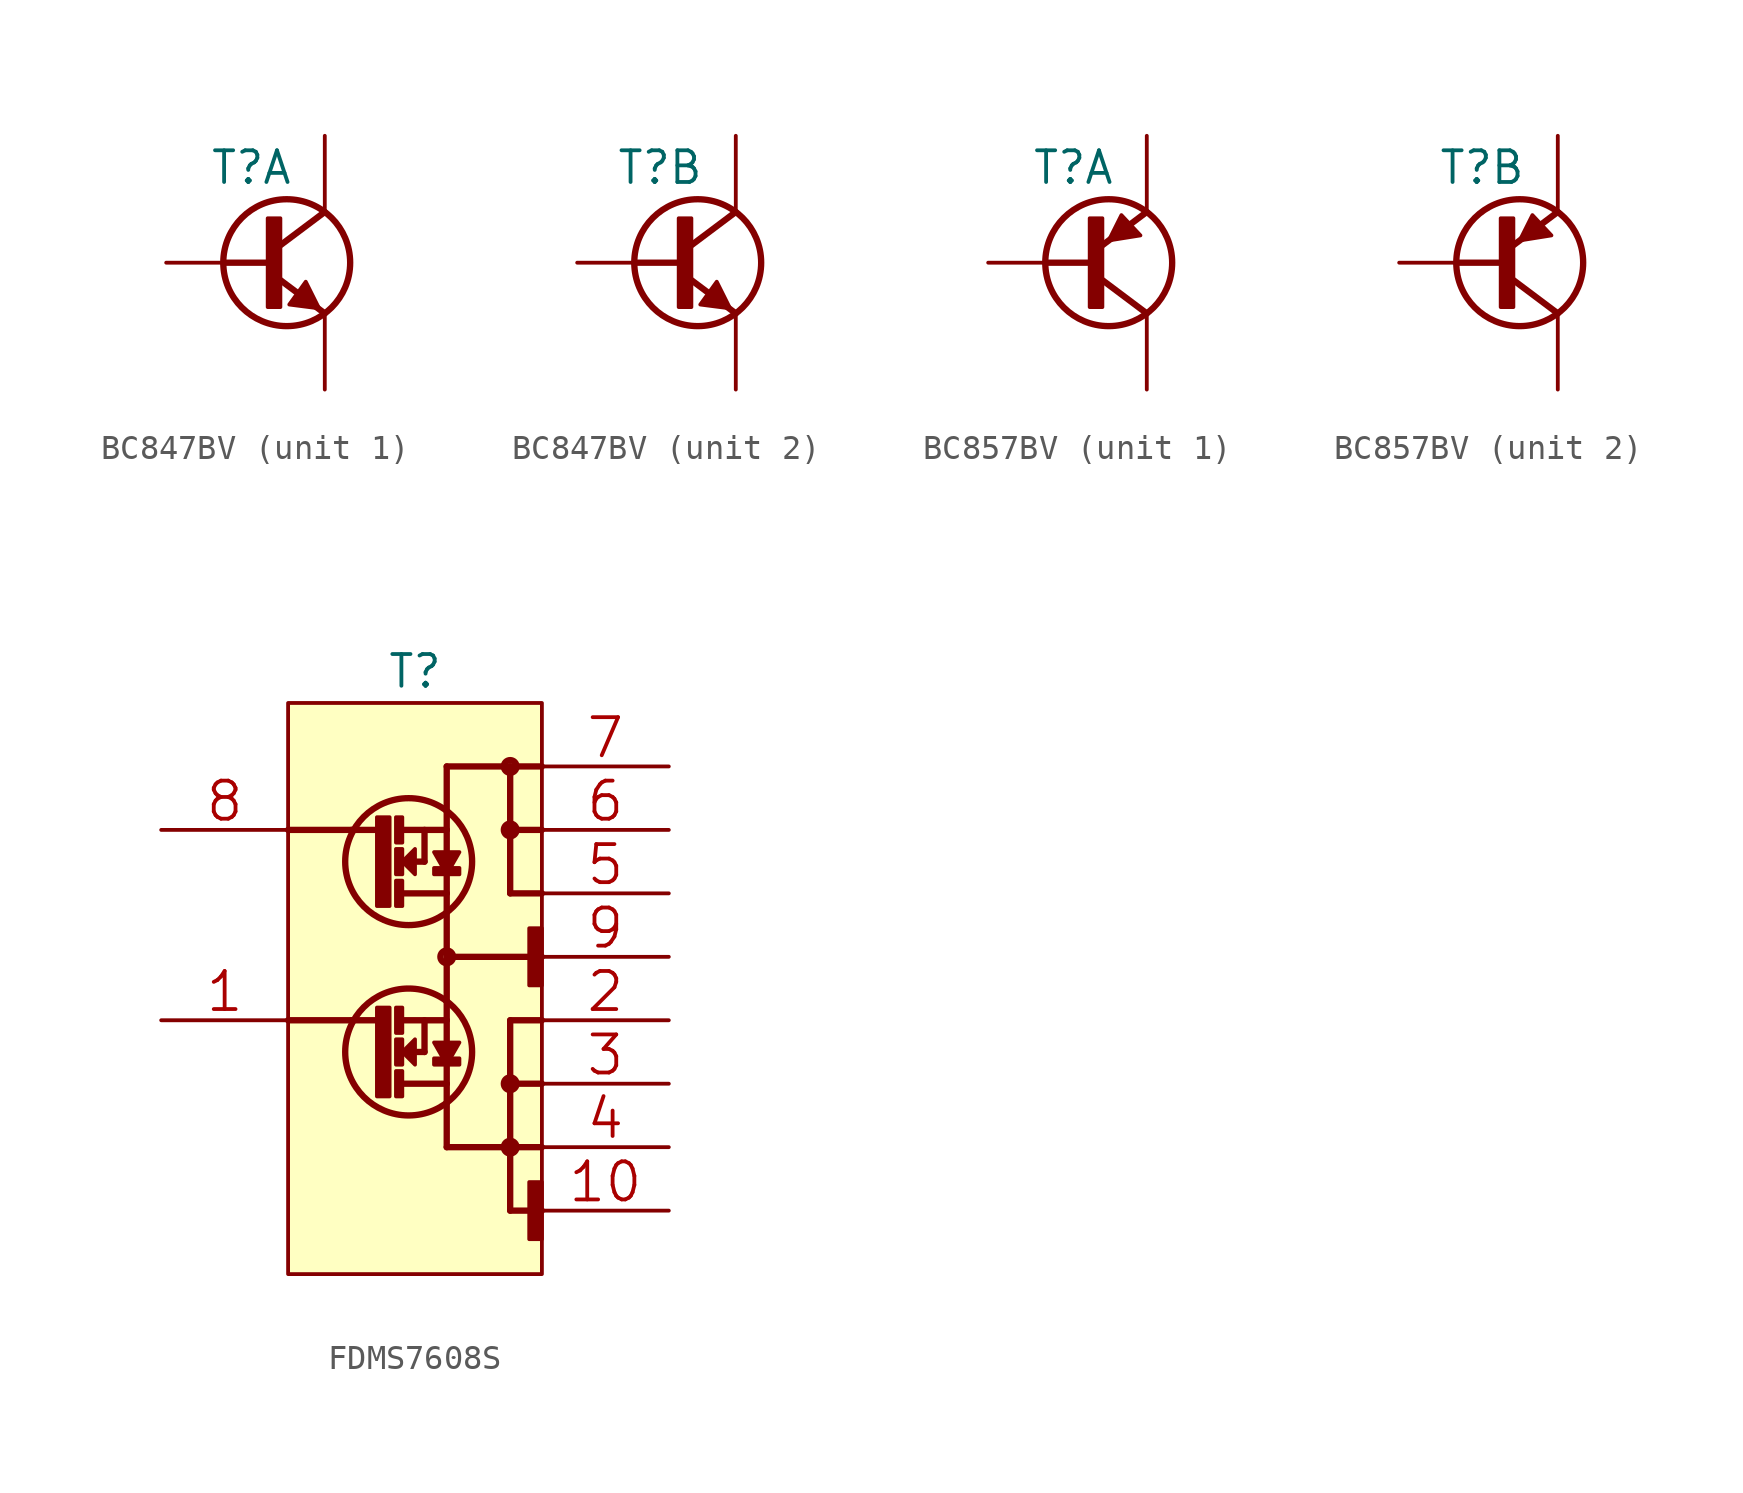
<source format=kicad_sym>
(kicad_symbol_lib
  (version 20211014)
  (generator kicad_symbol_editor)
  (symbol "BC847BV"
    (pin_names
      (offset 1.27))
    (property "Reference" "T"
      (at 5.08 3.81 0)
      (effects (font (size 1.27 1.27)) (justify right)))
    (property "ki_locked" ""
      (at 0 0 0)
      (effects (font (size 1.27 1.27))))
    (symbol "BC847BV_1_1"
      (polyline (pts (xy 2.286 0) (xy 4.318 0)) (stroke (width 0.254) (type default) (color 0 0 0 0)) (fill (type none)))
      (polyline (pts (xy 4.318 -0.508) (xy 6.35 -2.032)) (stroke (width 0.254) (type default) (color 0 0 0 0)) (fill (type none)))
      (polyline (pts (xy 4.318 0.508) (xy 6.35 2.032)) (stroke (width 0.254) (type default) (color 0 0 0 0)) (fill (type none)))
      (polyline (pts (xy 5.588 -0.762) (xy 4.928 -1.676) (xy 6.121 -1.829) (xy 5.588 -0.762)) (stroke (width 0) (type default) (color 0 0 0 0)) (fill (type outline)))
      (polyline (pts (xy 4.064 -1.778) (xy 4.572 -1.778) (xy 4.572 1.778) (xy 4.064 1.778) (xy 4.064 -1.778)) (stroke (width 0) (type default) (color 0 0 0 0)) (fill (type outline)))
      (circle (center 4.826 0) (radius 2.54) (stroke (width 0.254) (type default) (color 0 0 0 0)) (fill (type none)))
      (text "1" (at 6.858 -1.778 0) (effects (font (size 1.016 1.016)) (justify left top) hide))
      (text "2" (at 0.762 2.032 0) (effects (font (size 1.016 1.016)) (justify left top) hide))
      (text "6" (at 6.858 3.81 0) (effects (font (size 1.016 1.016)) (justify left top) hide))
      (pin passive line (at 6.35 -5.08 90) (length 3.048) (name "E" (effects (font (size 0 0)))) (number "1" (effects (font (size 0 0)))))
      (pin passive line (at 0 0 0) (length 2.286) (name "B" (effects (font (size 0 0)))) (number "2" (effects (font (size 0 0)))))
      (pin passive line (at 6.35 5.08 270) (length 3.048) (name "C" (effects (font (size 0 0)))) (number "6" (effects (font (size 0 0))))))
    (symbol "BC847BV_2_1"
      (polyline (pts (xy 2.286 0) (xy 4.318 0)) (stroke (width 0.254) (type default) (color 0 0 0 0)) (fill (type none)))
      (polyline (pts (xy 4.318 -0.508) (xy 6.35 -2.032)) (stroke (width 0.254) (type default) (color 0 0 0 0)) (fill (type none)))
      (polyline (pts (xy 4.318 0.508) (xy 6.35 2.032)) (stroke (width 0.254) (type default) (color 0 0 0 0)) (fill (type none)))
      (polyline (pts (xy 5.588 -0.762) (xy 4.928 -1.676) (xy 6.121 -1.829) (xy 5.588 -0.762)) (stroke (width 0) (type default) (color 0 0 0 0)) (fill (type outline)))
      (polyline (pts (xy 4.064 -1.778) (xy 4.572 -1.778) (xy 4.572 1.778) (xy 4.064 1.778) (xy 4.064 -1.778)) (stroke (width 0) (type default) (color 0 0 0 0)) (fill (type outline)))
      (circle (center 4.826 0) (radius 2.54) (stroke (width 0.254) (type default) (color 0 0 0 0)) (fill (type none)))
      (text "3" (at 6.858 3.81 0) (effects (font (size 1.016 1.016)) (justify left top) hide))
      (text "4" (at 6.858 -1.778 0) (effects (font (size 1.016 1.016)) (justify left top) hide))
      (text "5" (at 0.762 2.032 0) (effects (font (size 1.016 1.016)) (justify left top) hide))
      (pin passive line (at 6.35 5.08 270) (length 3.048) (name "C" (effects (font (size 0 0)))) (number "3" (effects (font (size 0 0)))))
      (pin passive line (at 6.35 -5.08 90) (length 3.048) (name "E" (effects (font (size 0 0)))) (number "4" (effects (font (size 0 0)))))
      (pin passive line (at 0 0 0) (length 2.286) (name "B" (effects (font (size 0 0)))) (number "5" (effects (font (size 0 0)))))))
  (symbol "BC857BV"
    (pin_names
      (offset 1.27))
    (property "Reference" "T"
      (at 5.08 3.81 0)
      (effects (font (size 1.27 1.27)) (justify right)))
    (property "ki_locked" ""
      (at 0 0 0)
      (effects (font (size 1.27 1.27))))
    (symbol "BC857BV_1_1"
      (polyline (pts (xy 2.286 0) (xy 4.318 0)) (stroke (width 0.254) (type default) (color 0 0 0 0)) (fill (type none)))
      (polyline (pts (xy 4.318 -0.508) (xy 6.35 -2.032)) (stroke (width 0.254) (type default) (color 0 0 0 0)) (fill (type none)))
      (polyline (pts (xy 4.318 0.508) (xy 6.35 2.032)) (stroke (width 0.254) (type default) (color 0 0 0 0)) (fill (type none)))
      (polyline (pts (xy 4.826 0.889) (xy 6.096 1.092) (xy 5.334 1.905) (xy 4.826 0.889)) (stroke (width 0) (type default) (color 0 0 0 0)) (fill (type outline)))
      (polyline (pts (xy 4.064 -1.778) (xy 4.572 -1.778) (xy 4.572 1.778) (xy 4.064 1.778) (xy 4.064 -1.778)) (stroke (width 0) (type default) (color 0 0 0 0)) (fill (type outline)))
      (circle (center 4.826 0) (radius 2.54) (stroke (width 0.254) (type default) (color 0 0 0 0)) (fill (type none)))
      (text "1" (at 6.858 3.81 0) (effects (font (size 1.016 1.016)) (justify left top) hide))
      (text "2" (at 0.762 2.032 0) (effects (font (size 1.016 1.016)) (justify left top) hide))
      (text "6" (at 6.858 -1.778 0) (effects (font (size 1.016 1.016)) (justify left top) hide))
      (pin passive line (at 6.35 5.08 270) (length 3.048) (name "E" (effects (font (size 0 0)))) (number "1" (effects (font (size 0 0)))))
      (pin passive line (at 0 0 0) (length 2.286) (name "B" (effects (font (size 0 0)))) (number "2" (effects (font (size 0 0)))))
      (pin passive line (at 6.35 -5.08 90) (length 3.048) (name "C" (effects (font (size 0 0)))) (number "6" (effects (font (size 0 0))))))
    (symbol "BC857BV_2_1"
      (polyline (pts (xy 2.286 0) (xy 4.318 0)) (stroke (width 0.254) (type default) (color 0 0 0 0)) (fill (type none)))
      (polyline (pts (xy 4.318 -0.508) (xy 6.35 -2.032)) (stroke (width 0.254) (type default) (color 0 0 0 0)) (fill (type none)))
      (polyline (pts (xy 4.318 0.508) (xy 6.35 2.032)) (stroke (width 0.254) (type default) (color 0 0 0 0)) (fill (type none)))
      (polyline (pts (xy 4.826 0.889) (xy 6.096 1.092) (xy 5.334 1.905) (xy 4.826 0.889)) (stroke (width 0) (type default) (color 0 0 0 0)) (fill (type outline)))
      (polyline (pts (xy 4.064 -1.778) (xy 4.572 -1.778) (xy 4.572 1.778) (xy 4.064 1.778) (xy 4.064 -1.778)) (stroke (width 0) (type default) (color 0 0 0 0)) (fill (type outline)))
      (circle (center 4.826 0) (radius 2.54) (stroke (width 0.254) (type default) (color 0 0 0 0)) (fill (type none)))
      (text "3" (at 6.858 -1.778 0) (effects (font (size 1.016 1.016)) (justify left top) hide))
      (text "4" (at 6.858 3.81 0) (effects (font (size 1.016 1.016)) (justify left top) hide))
      (text "5" (at 0.762 2.032 0) (effects (font (size 1.016 1.016)) (justify left top) hide))
      (pin passive line (at 6.35 -5.08 90) (length 3.048) (name "C" (effects (font (size 0 0)))) (number "3" (effects (font (size 0 0)))))
      (pin passive line (at 6.35 5.08 270) (length 3.048) (name "E" (effects (font (size 0 0)))) (number "4" (effects (font (size 0 0)))))
      (pin passive line (at 0 0 0) (length 2.286) (name "B" (effects (font (size 0 0)))) (number "5" (effects (font (size 0 0)))))))
  (symbol "FDMS7608S"
    (pin_names
      (offset 1.27))
    (property "Reference" "T"
      (at 5.08 1.27 0)
      (effects (font (size 1.27 1.27))))
    (property "ki_locked" ""
      (at 0 0 0)
      (effects (font (size 1.27 1.27))))
    (symbol "FDMS7608S_0_1"
      (rectangle (start 0 -22.86) (end 10.16 0) (stroke (width 0) (type default) (color 0 0 0 0)) (fill (type background)))
      (polyline (pts (xy 0 -12.7) (xy 2.54 -12.7)) (stroke (width 0.254) (type default) (color 0 0 0 0)) (fill (type none)))
      (polyline (pts (xy 0 -5.08) (xy 2.54 -5.08)) (stroke (width 0.254) (type default) (color 0 0 0 0)) (fill (type none)))
      (polyline (pts (xy 3.556 -12.7) (xy 2.54 -12.7)) (stroke (width 0.254) (type default) (color 0 0 0 0)) (fill (type none)))
      (polyline (pts (xy 3.556 -5.08) (xy 2.54 -5.08)) (stroke (width 0.254) (type default) (color 0 0 0 0)) (fill (type none)))
      (polyline (pts (xy 4.445 -13.97) (xy 5.461 -13.97)) (stroke (width 0.254) (type default) (color 0 0 0 0)) (fill (type none)))
      (polyline (pts (xy 4.445 -6.35) (xy 5.461 -6.35)) (stroke (width 0.254) (type default) (color 0 0 0 0)) (fill (type none)))
      (polyline (pts (xy 4.572 -15.24) (xy 6.35 -15.24)) (stroke (width 0.254) (type default) (color 0 0 0 0)) (fill (type none)))
      (polyline (pts (xy 4.572 -12.7) (xy 6.35 -12.7)) (stroke (width 0.254) (type default) (color 0 0 0 0)) (fill (type none)))
      (polyline (pts (xy 4.572 -7.62) (xy 6.35 -7.62)) (stroke (width 0.254) (type default) (color 0 0 0 0)) (fill (type none)))
      (polyline (pts (xy 4.572 -5.08) (xy 6.35 -5.08)) (stroke (width 0.254) (type default) (color 0 0 0 0)) (fill (type none)))
      (polyline (pts (xy 5.461 -13.97) (xy 5.461 -12.7)) (stroke (width 0.254) (type default) (color 0 0 0 0)) (fill (type none)))
      (polyline (pts (xy 5.461 -6.35) (xy 5.461 -5.08)) (stroke (width 0.254) (type default) (color 0 0 0 0)) (fill (type none)))
      (polyline (pts (xy 6.35 -17.78) (xy 6.35 -16.002)) (stroke (width 0.254) (type default) (color 0 0 0 0)) (fill (type none)))
      (polyline (pts (xy 6.35 -17.78) (xy 8.89 -17.78)) (stroke (width 0.254) (type default) (color 0 0 0 0)) (fill (type none)))
      (polyline (pts (xy 6.35 -16.002) (xy 6.35 -15.24)) (stroke (width 0.254) (type default) (color 0 0 0 0)) (fill (type none)))
      (polyline (pts (xy 6.35 -15.24) (xy 6.35 -12.7)) (stroke (width 0.254) (type default) (color 0 0 0 0)) (fill (type none)))
      (polyline (pts (xy 6.35 -12.7) (xy 6.35 -11.938)) (stroke (width 0.254) (type default) (color 0 0 0 0)) (fill (type none)))
      (polyline (pts (xy 6.35 -10.16) (xy 10.16 -10.16)) (stroke (width 0.254) (type default) (color 0 0 0 0)) (fill (type none)))
      (polyline (pts (xy 6.35 -8.382) (xy 6.35 -11.938)) (stroke (width 0.254) (type default) (color 0 0 0 0)) (fill (type none)))
      (polyline (pts (xy 6.35 -8.382) (xy 6.35 -7.62)) (stroke (width 0.254) (type default) (color 0 0 0 0)) (fill (type none)))
      (polyline (pts (xy 6.35 -7.62) (xy 6.35 -5.08)) (stroke (width 0.254) (type default) (color 0 0 0 0)) (fill (type none)))
      (polyline (pts (xy 6.35 -5.08) (xy 6.35 -4.318)) (stroke (width 0.254) (type default) (color 0 0 0 0)) (fill (type none)))
      (polyline (pts (xy 6.35 -2.54) (xy 6.35 -4.318)) (stroke (width 0.254) (type default) (color 0 0 0 0)) (fill (type none)))
      (polyline (pts (xy 6.35 -2.54) (xy 8.89 -2.54)) (stroke (width 0.254) (type default) (color 0 0 0 0)) (fill (type none)))
      (polyline (pts (xy 8.89 -20.32) (xy 8.89 -17.78)) (stroke (width 0.254) (type default) (color 0 0 0 0)) (fill (type none)))
      (polyline (pts (xy 8.89 -17.78) (xy 8.89 -15.24)) (stroke (width 0.254) (type default) (color 0 0 0 0)) (fill (type none)))
      (polyline (pts (xy 8.89 -15.24) (xy 8.89 -12.7)) (stroke (width 0.254) (type default) (color 0 0 0 0)) (fill (type none)))
      (polyline (pts (xy 8.89 -12.7) (xy 10.16 -12.7)) (stroke (width 0.254) (type default) (color 0 0 0 0)) (fill (type none)))
      (polyline (pts (xy 8.89 -2.54) (xy 8.89 -7.62)) (stroke (width 0.254) (type default) (color 0 0 0 0)) (fill (type none)))
      (polyline (pts (xy 10.16 -20.32) (xy 8.89 -20.32)) (stroke (width 0.254) (type default) (color 0 0 0 0)) (fill (type none)))
      (polyline (pts (xy 10.16 -17.78) (xy 8.89 -17.78)) (stroke (width 0.254) (type default) (color 0 0 0 0)) (fill (type none)))
      (polyline (pts (xy 10.16 -15.24) (xy 8.89 -15.24)) (stroke (width 0.254) (type default) (color 0 0 0 0)) (fill (type none)))
      (polyline (pts (xy 10.16 -7.62) (xy 8.89 -7.62)) (stroke (width 0.254) (type default) (color 0 0 0 0)) (fill (type none)))
      (polyline (pts (xy 10.16 -5.08) (xy 8.89 -5.08)) (stroke (width 0.254) (type default) (color 0 0 0 0)) (fill (type none)))
      (polyline (pts (xy 10.16 -2.54) (xy 8.89 -2.54)) (stroke (width 0.254) (type default) (color 0 0 0 0)) (fill (type none)))
      (polyline (pts (xy 4.572 -13.97) (xy 5.08 -14.478) (xy 5.08 -13.462) (xy 4.572 -13.97)) (stroke (width 0) (type default) (color 0 0 0 0)) (fill (type outline)))
      (polyline (pts (xy 4.572 -6.35) (xy 5.08 -6.858) (xy 5.08 -5.842) (xy 4.572 -6.35)) (stroke (width 0) (type default) (color 0 0 0 0)) (fill (type outline)))
      (polyline (pts (xy 6.35 -14.478) (xy 5.842 -13.589) (xy 6.858 -13.589) (xy 6.35 -14.478)) (stroke (width 0) (type default) (color 0 0 0 0)) (fill (type outline)))
      (polyline (pts (xy 6.35 -6.858) (xy 5.842 -5.969) (xy 6.858 -5.969) (xy 6.35 -6.858)) (stroke (width 0) (type default) (color 0 0 0 0)) (fill (type outline)))
      (polyline (pts (xy 3.556 -12.192) (xy 4.064 -12.192) (xy 4.064 -15.748) (xy 3.556 -15.748) (xy 3.556 -12.192)) (stroke (width 0) (type default) (color 0 0 0 0)) (fill (type outline)))
      (polyline (pts (xy 3.556 -4.572) (xy 4.064 -4.572) (xy 4.064 -8.128) (xy 3.556 -8.128) (xy 3.556 -4.572)) (stroke (width 0) (type default) (color 0 0 0 0)) (fill (type outline)))
      (rectangle (start 4.318 -15.748) (end 4.572 -14.732) (stroke (width 0) (type default) (color 0 0 0 0)) (fill (type outline)))
      (rectangle (start 4.318 -14.478) (end 4.572 -13.462) (stroke (width 0) (type default) (color 0 0 0 0)) (fill (type outline)))
      (rectangle (start 4.318 -13.208) (end 4.572 -12.192) (stroke (width 0) (type default) (color 0 0 0 0)) (fill (type outline)))
      (rectangle (start 4.318 -8.128) (end 4.572 -7.112) (stroke (width 0) (type default) (color 0 0 0 0)) (fill (type outline)))
      (rectangle (start 4.318 -6.858) (end 4.572 -5.842) (stroke (width 0) (type default) (color 0 0 0 0)) (fill (type outline)))
      (rectangle (start 4.318 -5.588) (end 4.572 -4.572) (stroke (width 0) (type default) (color 0 0 0 0)) (fill (type outline)))
      (circle (center 4.826 -13.97) (radius 2.54) (stroke (width 0.254) (type default) (color 0 0 0 0)) (fill (type none)))
      (circle (center 4.826 -6.35) (radius 2.54) (stroke (width 0.254) (type default) (color 0 0 0 0)) (fill (type none)))
      (rectangle (start 5.842 -14.478) (end 6.858 -14.224) (stroke (width 0) (type default) (color 0 0 0 0)) (fill (type outline)))
      (rectangle (start 5.842 -6.858) (end 6.858 -6.604) (stroke (width 0) (type default) (color 0 0 0 0)) (fill (type outline)))
      (circle (center 6.35 -10.16) (radius 0.254) (stroke (width 0.254) (type default) (color 0 0 0 0)) (fill (type none)))
      (circle (center 8.89 -17.78) (radius 0.254) (stroke (width 0.254) (type default) (color 0 0 0 0)) (fill (type none)))
      (circle (center 8.89 -15.24) (radius 0.254) (stroke (width 0.254) (type default) (color 0 0 0 0)) (fill (type none)))
      (circle (center 8.89 -5.08) (radius 0.254) (stroke (width 0.254) (type default) (color 0 0 0 0)) (fill (type none)))
      (circle (center 8.89 -2.54) (radius 0.254) (stroke (width 0.254) (type default) (color 0 0 0 0)) (fill (type none)))
      (rectangle (start 9.652 -21.463) (end 10.16 -19.177) (stroke (width 0) (type default) (color 0 0 0 0)) (fill (type outline)))
      (rectangle (start 9.652 -11.303) (end 10.16 -9.017) (stroke (width 0) (type default) (color 0 0 0 0)) (fill (type outline)))
      (text "D" (at 6.858 -17.272 0) (effects (font (size 0.635 0.635)) (justify right top) hide))
      (text "D" (at 6.858 -9.652 0) (effects (font (size 0.635 0.635)) (justify right top) hide))
      (text "G" (at 0.762 -12.7 0) (effects (font (size 0.635 0.635)) (justify left bottom) hide))
      (text "G" (at 0.762 -5.08 0) (effects (font (size 0.635 0.635)) (justify left bottom) hide))
      (text "Q1" (at 2.794 -17.018 0) (effects (font (size 1.016 1.016)) (justify right bottom) hide))
      (text "Q2" (at 2.54 -1.27 0) (effects (font (size 1.016 1.016)) (justify right bottom) hide))
      (text "S" (at 6.858 -10.414 0) (effects (font (size 0.635 0.635)) (justify right bottom) hide))
      (text "S" (at 6.858 -2.794 0) (effects (font (size 0.635 0.635)) (justify right bottom) hide))
      (pin passive line (at -5.08 -12.7 0) (length 5.08) (name "G1" (effects (font (size 0 0)))) (number "1" (effects (font (size 1.524 1.524)))))
      (pin passive line (at 15.24 -20.32 180) (length 5.08) (name "D1" (effects (font (size 0 0)))) (number "10" (effects (font (size 1.524 1.524)))))
      (pin passive line (at 15.24 -12.7 180) (length 5.08) (name "D1" (effects (font (size 0 0)))) (number "2" (effects (font (size 1.524 1.524)))))
      (pin passive line (at 15.24 -15.24 180) (length 5.08) (name "D1" (effects (font (size 0 0)))) (number "3" (effects (font (size 1.524 1.524)))))
      (pin passive line (at 15.24 -17.78 180) (length 5.08) (name "D1" (effects (font (size 0 0)))) (number "4" (effects (font (size 1.524 1.524)))))
      (pin passive line (at 15.24 -7.62 180) (length 5.08) (name "S2" (effects (font (size 0 0)))) (number "5" (effects (font (size 1.524 1.524)))))
      (pin passive line (at 15.24 -5.08 180) (length 5.08) (name "S2" (effects (font (size 0 0)))) (number "6" (effects (font (size 1.524 1.524)))))
      (pin passive line (at 15.24 -2.54 180) (length 5.08) (name "S2" (effects (font (size 0 0)))) (number "7" (effects (font (size 1.524 1.524)))))
      (pin passive line (at -5.08 -5.08 0) (length 5.08) (name "G2" (effects (font (size 0 0)))) (number "8" (effects (font (size 1.524 1.524)))))
      (pin passive line (at 15.24 -10.16 180) (length 5.08) (name "S1D2" (effects (font (size 0 0)))) (number "9" (effects (font (size 1.524 1.524))))))))
</source>
